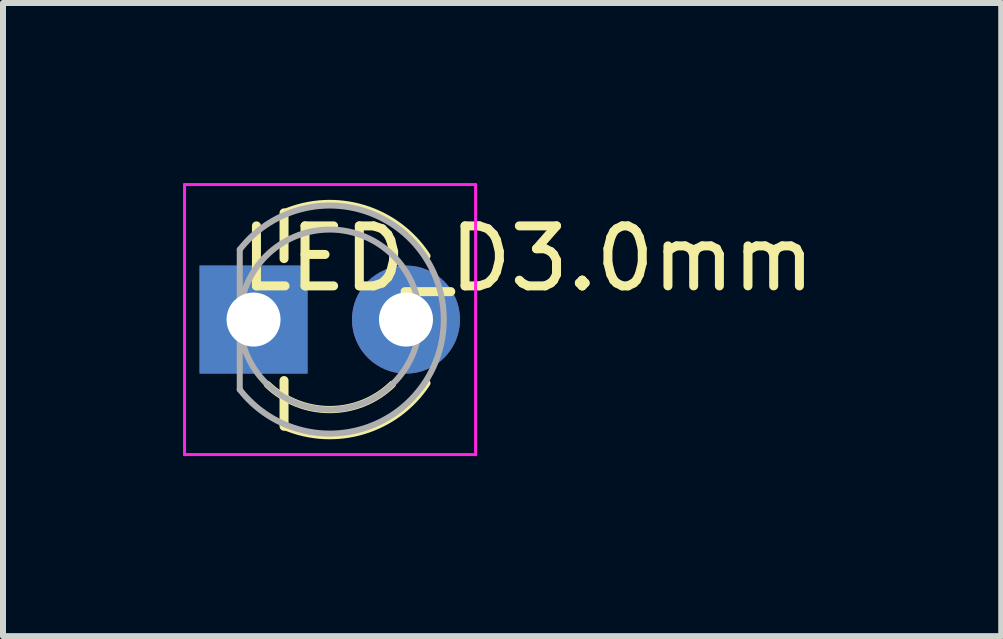
<source format=kicad_pcb>
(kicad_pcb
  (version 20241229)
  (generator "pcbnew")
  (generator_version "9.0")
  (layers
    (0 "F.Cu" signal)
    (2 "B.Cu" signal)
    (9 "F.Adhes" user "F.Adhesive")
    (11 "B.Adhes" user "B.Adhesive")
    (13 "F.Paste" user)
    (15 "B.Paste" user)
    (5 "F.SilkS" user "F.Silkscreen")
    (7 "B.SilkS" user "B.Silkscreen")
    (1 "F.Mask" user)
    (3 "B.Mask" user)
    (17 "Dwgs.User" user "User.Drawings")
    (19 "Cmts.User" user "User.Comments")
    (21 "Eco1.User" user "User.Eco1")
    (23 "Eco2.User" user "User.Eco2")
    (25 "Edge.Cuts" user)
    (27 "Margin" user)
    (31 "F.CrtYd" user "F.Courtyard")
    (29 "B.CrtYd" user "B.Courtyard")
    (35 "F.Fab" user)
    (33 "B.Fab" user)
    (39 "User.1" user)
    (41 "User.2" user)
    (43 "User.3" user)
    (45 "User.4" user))
  (footprint "LED_D3.0mm"
    (layer "F.Cu")
    (at 1.175 2.275)
    (property "Reference" "LED_D3.0mm" (at 4.572 -1.016 0) (layer "F.SilkS") (effects (font (size 1 1) (thickness 0.15))))
    (attr through_hole)
    (fp_line (start 0.508 -1.778) (end 0.508 -1.016) (stroke (width 0.15) (type solid)) (layer "F.SilkS"))
    (fp_line (start 0.508 1.778) (end 0.508 1.016) (stroke (width 0.15) (type solid)) (layer "F.SilkS"))
    (fp_arc (start 0.508 -1.778) (mid 1.82915 -1.851831) (end 2.888668 -1.05917) (stroke (width 0.12) (type solid)) (layer "F.SilkS"))
    (fp_arc (start 2.31113 1.079837) (mid 1.270117 1.5) (end 0.229039 1.08) (stroke (width 0.12) (type solid)) (layer "F.SilkS"))
    (fp_arc (start 2.888668 1.05917) (mid 1.82915 1.851831) (end 0.508 1.778) (stroke (width 0.12) (type solid)) (layer "F.SilkS"))
    (fp_line (start -1.15 -2.25) (end -1.15 2.25) (stroke (width 0.05) (type solid)) (layer "F.CrtYd"))
    (fp_line (start -1.15 2.25) (end 3.7 2.25) (stroke (width 0.05) (type solid)) (layer "F.CrtYd"))
    (fp_line (start 3.7 -2.25) (end -1.15 -2.25) (stroke (width 0.05) (type solid)) (layer "F.CrtYd"))
    (fp_line (start 3.7 2.25) (end 3.7 -2.25) (stroke (width 0.05) (type solid)) (layer "F.CrtYd"))
    (fp_line (start -0.23 -1.166) (end -0.23 1.166) (stroke (width 0.1) (type solid)) (layer "F.Fab"))
    (fp_arc (start -0.23 -1.16619) (mid 3.17 0.000452) (end -0.230555 1.165476) (stroke (width 0.1) (type solid)) (layer "F.Fab"))
    (fp_circle (center 1.27 0) (end 2.77 0) (stroke (width 0.1) (type solid)) (fill no) (layer "F.Fab"))
    (pad "1" thru_hole rect (at 0 0) (size 1.8 1.8) (drill 0.9) (layers "*.Cu" "*.Mask"))
    (pad "2" thru_hole circle (at 2.54 0) (size 1.8 1.8) (drill 0.9) (layers "*.Cu" "*.Mask")))
  (gr_rect
    (start -3 -3)
    (end 13.634 7.55)
    (stroke (width 0.1) (type default))
    (fill no)
    (layer "Edge.Cuts")))
</source>
